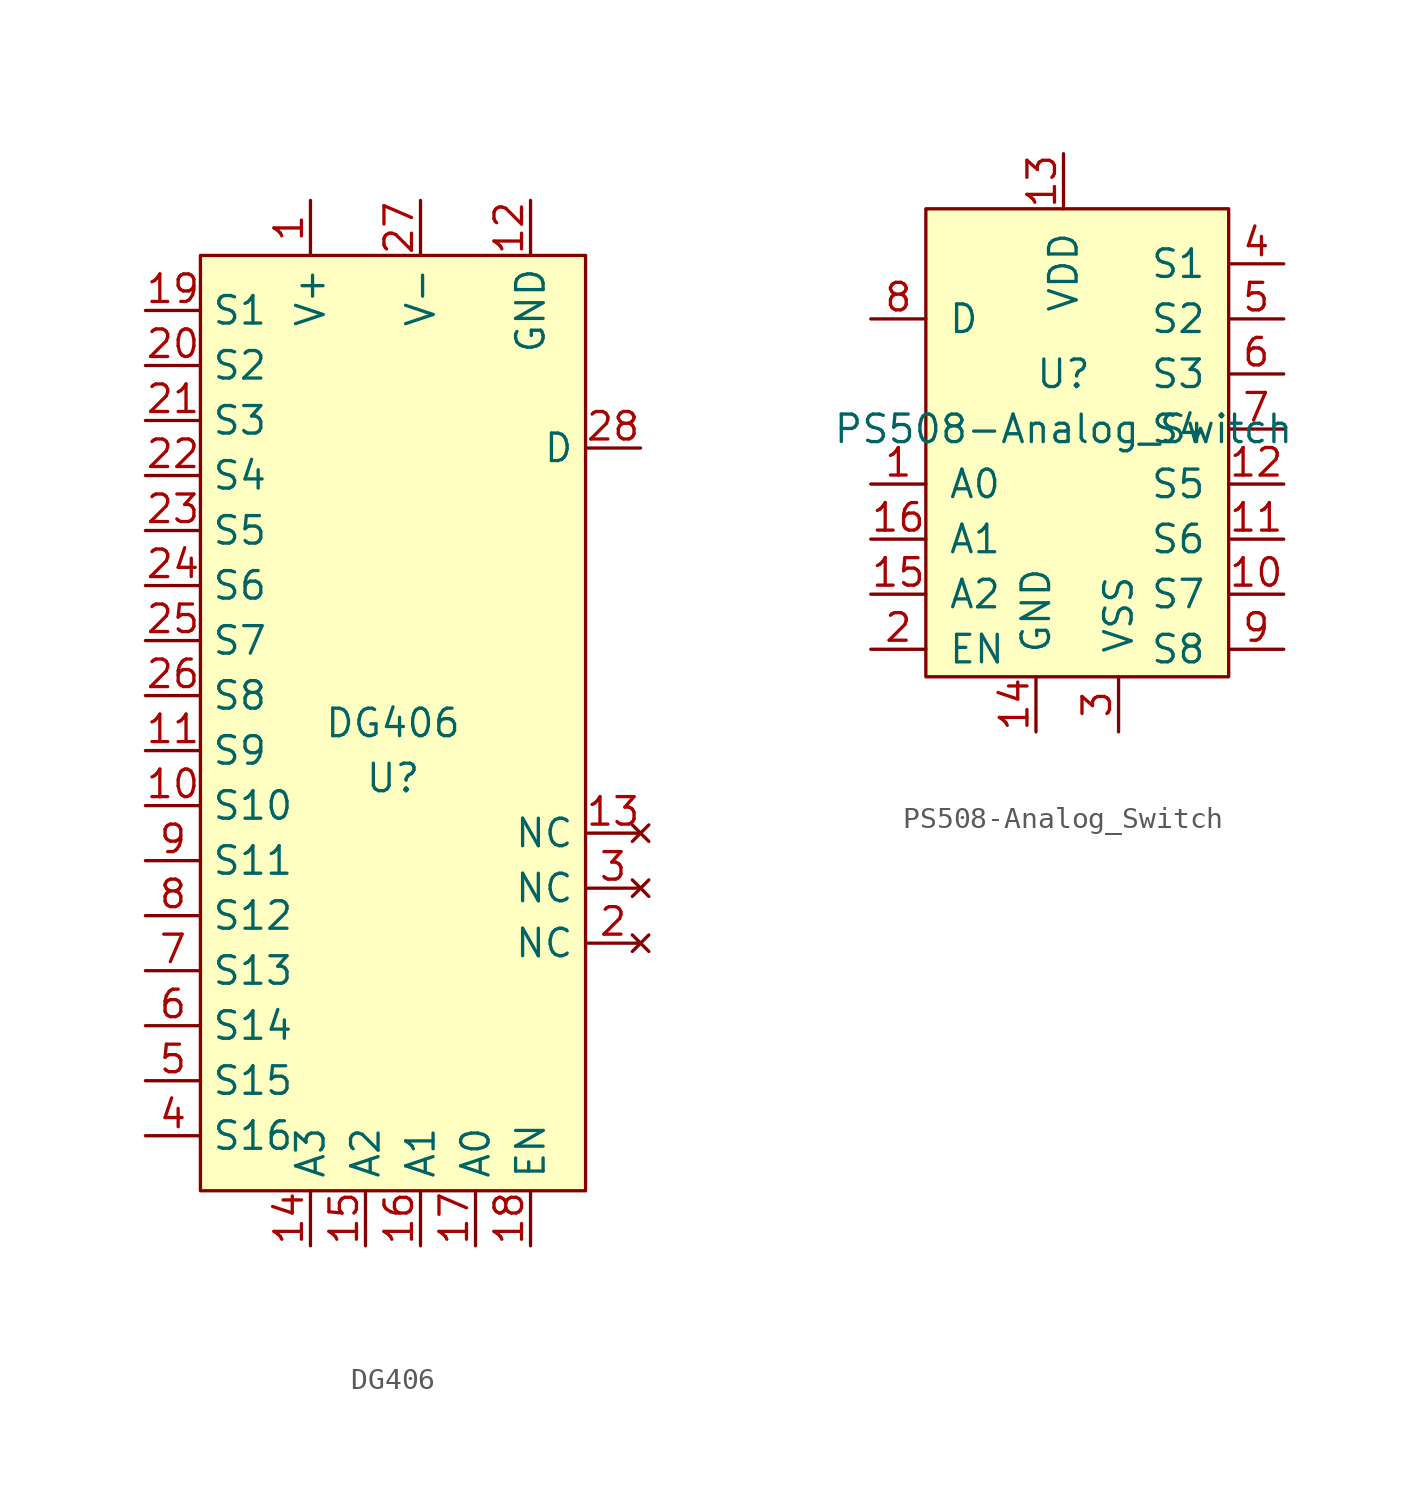
<source format=kicad_sym>
(kicad_symbol_lib
  (version 20220914)
  (generator kicad_symbol_editor)
  (symbol "DG406"
    (property "Reference" "U"
      (at 0 0 0)
      (effects (font (size 1.27 1.27))))
    (property "Value" "DG406"
      (at 0 2.54 0)
      (effects (font (size 1.27 1.27))))
    (symbol "DG406_1_1"
      (rectangle (start -8.89 24.13) (end 8.89 -19.05) (stroke (width 0) (type default)) (fill (type background)))
      (pin power_in line (at -3.81 26.67 270) (length 2.54) (name "V+" (effects (font (size 1.27 1.27)))) (number "1" (effects (font (size 1.27 1.27)))))
      (pin bidirectional line (at -11.43 -1.27 0) (length 2.54) (name "S10" (effects (font (size 1.27 1.27)))) (number "10" (effects (font (size 1.27 1.27)))))
      (pin bidirectional line (at -11.43 1.27 0) (length 2.54) (name "S9" (effects (font (size 1.27 1.27)))) (number "11" (effects (font (size 1.27 1.27)))))
      (pin power_in line (at 6.35 26.67 270) (length 2.54) (name "GND" (effects (font (size 1.27 1.27)))) (number "12" (effects (font (size 1.27 1.27)))))
      (pin no_connect line (at 11.43 -2.54 180) (length 2.54) (name "NC" (effects (font (size 1.27 1.27)))) (number "13" (effects (font (size 1.27 1.27)))))
      (pin input line (at -3.81 -21.59 90) (length 2.54) (name "A3" (effects (font (size 1.27 1.27)))) (number "14" (effects (font (size 1.27 1.27)))))
      (pin input line (at -1.27 -21.59 90) (length 2.54) (name "A2" (effects (font (size 1.27 1.27)))) (number "15" (effects (font (size 1.27 1.27)))))
      (pin input line (at 1.27 -21.59 90) (length 2.54) (name "A1" (effects (font (size 1.27 1.27)))) (number "16" (effects (font (size 1.27 1.27)))))
      (pin input line (at 3.81 -21.59 90) (length 2.54) (name "A0" (effects (font (size 1.27 1.27)))) (number "17" (effects (font (size 1.27 1.27)))))
      (pin input line (at 6.35 -21.59 90) (length 2.54) (name "EN" (effects (font (size 1.27 1.27)))) (number "18" (effects (font (size 1.27 1.27)))))
      (pin bidirectional line (at -11.43 21.59 0) (length 2.54) (name "S1" (effects (font (size 1.27 1.27)))) (number "19" (effects (font (size 1.27 1.27)))))
      (pin no_connect line (at 11.43 -7.62 180) (length 2.54) (name "NC" (effects (font (size 1.27 1.27)))) (number "2" (effects (font (size 1.27 1.27)))))
      (pin bidirectional line (at -11.43 19.05 0) (length 2.54) (name "S2" (effects (font (size 1.27 1.27)))) (number "20" (effects (font (size 1.27 1.27)))))
      (pin bidirectional line (at -11.43 16.51 0) (length 2.54) (name "S3" (effects (font (size 1.27 1.27)))) (number "21" (effects (font (size 1.27 1.27)))))
      (pin bidirectional line (at -11.43 13.97 0) (length 2.54) (name "S4" (effects (font (size 1.27 1.27)))) (number "22" (effects (font (size 1.27 1.27)))))
      (pin bidirectional line (at -11.43 11.43 0) (length 2.54) (name "S5" (effects (font (size 1.27 1.27)))) (number "23" (effects (font (size 1.27 1.27)))))
      (pin bidirectional line (at -11.43 8.89 0) (length 2.54) (name "S6" (effects (font (size 1.27 1.27)))) (number "24" (effects (font (size 1.27 1.27)))))
      (pin bidirectional line (at -11.43 6.35 0) (length 2.54) (name "S7" (effects (font (size 1.27 1.27)))) (number "25" (effects (font (size 1.27 1.27)))))
      (pin bidirectional line (at -11.43 3.81 0) (length 2.54) (name "S8" (effects (font (size 1.27 1.27)))) (number "26" (effects (font (size 1.27 1.27)))))
      (pin power_in line (at 1.27 26.67 270) (length 2.54) (name "V-" (effects (font (size 1.27 1.27)))) (number "27" (effects (font (size 1.27 1.27)))))
      (pin bidirectional line (at 11.43 15.24 180) (length 2.54) (name "D" (effects (font (size 1.27 1.27)))) (number "28" (effects (font (size 1.27 1.27)))))
      (pin no_connect line (at 11.43 -5.08 180) (length 2.54) (name "NC" (effects (font (size 1.27 1.27)))) (number "3" (effects (font (size 1.27 1.27)))))
      (pin bidirectional line (at -11.43 -16.51 0) (length 2.54) (name "S16" (effects (font (size 1.27 1.27)))) (number "4" (effects (font (size 1.27 1.27)))))
      (pin bidirectional line (at -11.43 -13.97 0) (length 2.54) (name "S15" (effects (font (size 1.27 1.27)))) (number "5" (effects (font (size 1.27 1.27)))))
      (pin bidirectional line (at -11.43 -11.43 0) (length 2.54) (name "S14" (effects (font (size 1.27 1.27)))) (number "6" (effects (font (size 1.27 1.27)))))
      (pin bidirectional line (at -11.43 -8.89 0) (length 2.54) (name "S13" (effects (font (size 1.27 1.27)))) (number "7" (effects (font (size 1.27 1.27)))))
      (pin bidirectional line (at -11.43 -6.35 0) (length 2.54) (name "S12" (effects (font (size 1.27 1.27)))) (number "8" (effects (font (size 1.27 1.27)))))
      (pin bidirectional line (at -11.43 -3.81 0) (length 2.54) (name "S11" (effects (font (size 1.27 1.27)))) (number "9" (effects (font (size 1.27 1.27)))))))
  (symbol "PS508-Analog_Switch"
    (pin_names
      (offset 1.016))
    (property "Reference" "U"
      (at 0 0 0)
      (effects (font (size 1.27 1.27))))
    (property "Value" "PS508-Analog_Switch"
      (at 0 -2.54 0)
      (effects (font (size 1.27 1.27))))
    (symbol "PS508-Analog_Switch_0_1"
      (rectangle (start -6.35 7.62) (end 7.62 -13.97) (stroke (width 0) (type default)) (fill (type background))))
    (symbol "PS508-Analog_Switch_1_1"
      (pin input line (at -8.89 -5.08 0) (length 2.54) (name "A0" (effects (font (size 1.27 1.27)))) (number "1" (effects (font (size 1.27 1.27)))))
      (pin bidirectional line (at 10.16 -10.16 180) (length 2.54) (name "S7" (effects (font (size 1.27 1.27)))) (number "10" (effects (font (size 1.27 1.27)))))
      (pin bidirectional line (at 10.16 -7.62 180) (length 2.54) (name "S6" (effects (font (size 1.27 1.27)))) (number "11" (effects (font (size 1.27 1.27)))))
      (pin bidirectional line (at 10.16 -5.08 180) (length 2.54) (name "S5" (effects (font (size 1.27 1.27)))) (number "12" (effects (font (size 1.27 1.27)))))
      (pin power_in line (at 0 10.16 270) (length 2.54) (name "VDD" (effects (font (size 1.27 1.27)))) (number "13" (effects (font (size 1.27 1.27)))))
      (pin power_in line (at -1.27 -16.51 90) (length 2.54) (name "GND" (effects (font (size 1.27 1.27)))) (number "14" (effects (font (size 1.27 1.27)))))
      (pin input line (at -8.89 -10.16 0) (length 2.54) (name "A2" (effects (font (size 1.27 1.27)))) (number "15" (effects (font (size 1.27 1.27)))))
      (pin input line (at -8.89 -7.62 0) (length 2.54) (name "A1" (effects (font (size 1.27 1.27)))) (number "16" (effects (font (size 1.27 1.27)))))
      (pin input line (at -8.89 -12.7 0) (length 2.54) (name "EN" (effects (font (size 1.27 1.27)))) (number "2" (effects (font (size 1.27 1.27)))))
      (pin power_in line (at 2.54 -16.51 90) (length 2.54) (name "VSS" (effects (font (size 1.27 1.27)))) (number "3" (effects (font (size 1.27 1.27)))))
      (pin bidirectional line (at 10.16 5.08 180) (length 2.54) (name "S1" (effects (font (size 1.27 1.27)))) (number "4" (effects (font (size 1.27 1.27)))))
      (pin bidirectional line (at 10.16 2.54 180) (length 2.54) (name "S2" (effects (font (size 1.27 1.27)))) (number "5" (effects (font (size 1.27 1.27)))))
      (pin bidirectional line (at 10.16 0 180) (length 2.54) (name "S3" (effects (font (size 1.27 1.27)))) (number "6" (effects (font (size 1.27 1.27)))))
      (pin bidirectional line (at 10.16 -2.54 180) (length 2.54) (name "S4" (effects (font (size 1.27 1.27)))) (number "7" (effects (font (size 1.27 1.27)))))
      (pin bidirectional line (at -8.89 2.54 0) (length 2.54) (name "D" (effects (font (size 1.27 1.27)))) (number "8" (effects (font (size 1.27 1.27)))))
      (pin bidirectional line (at 10.16 -12.7 180) (length 2.54) (name "S8" (effects (font (size 1.27 1.27)))) (number "9" (effects (font (size 1.27 1.27))))))))
</source>
